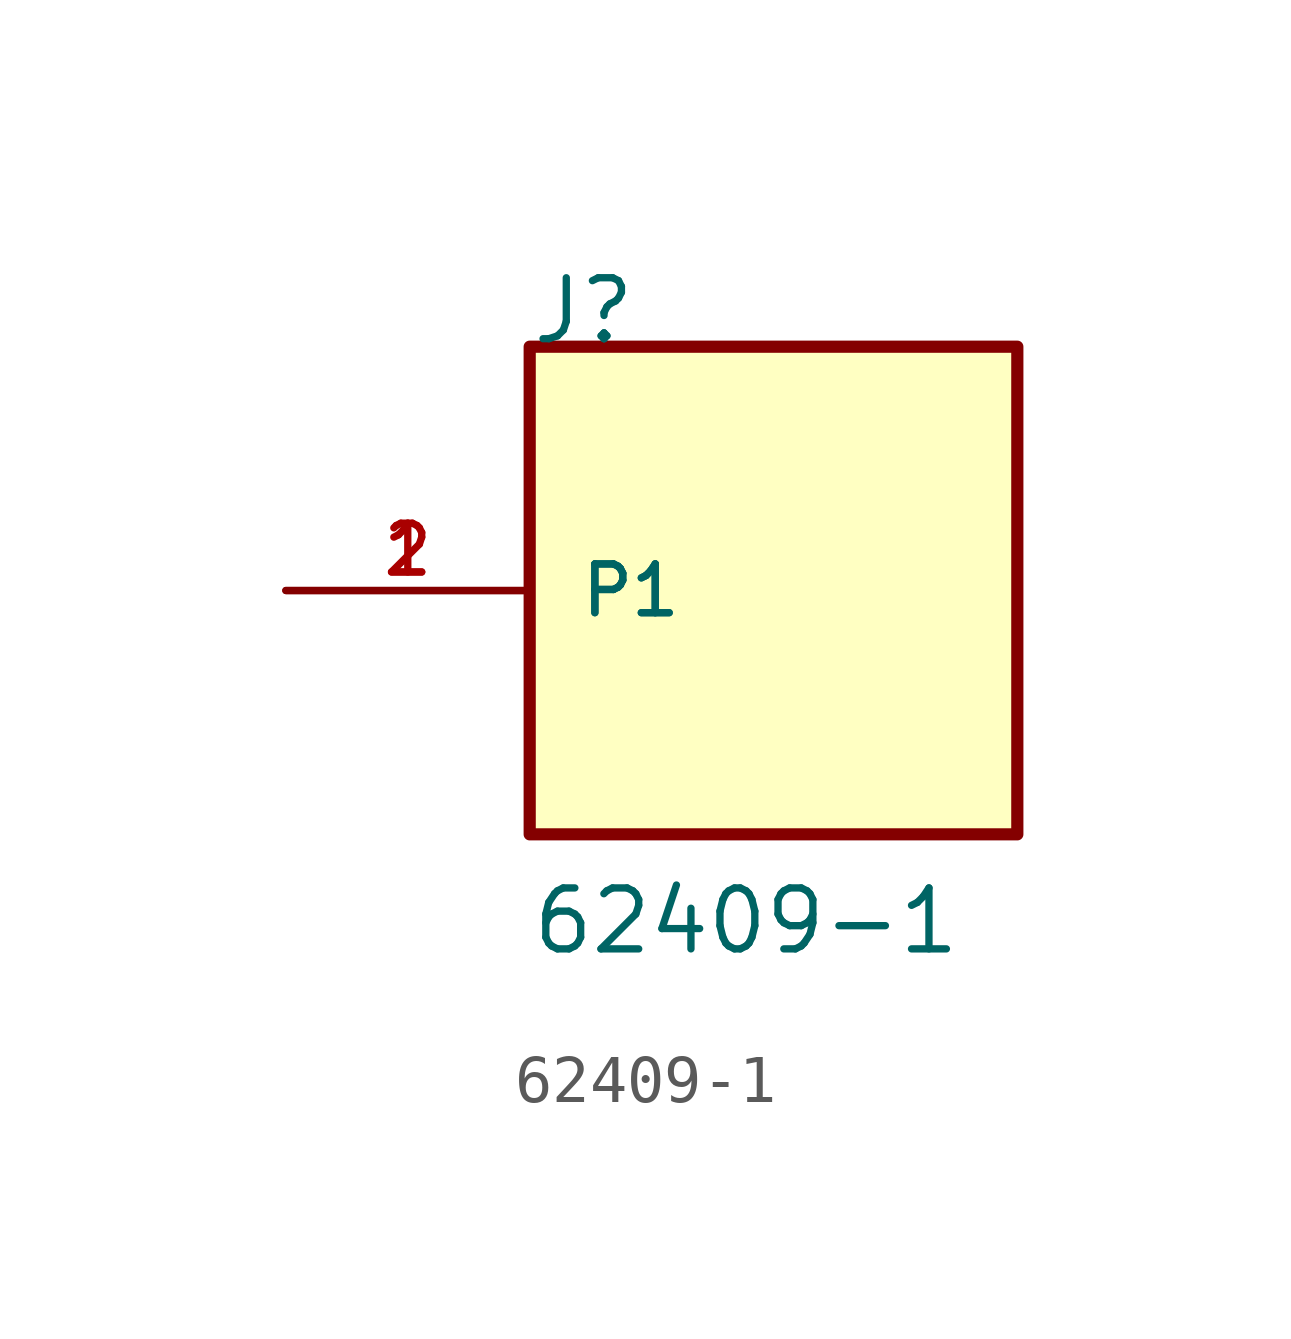
<source format=kicad_sym>
(kicad_symbol_lib
  (version 20211014)
  (generator kicad_symbol_editor)
  (symbol "62409-1"
    (pin_names
      (offset 1.016))
    (property "Reference" "J"
      (at -5.083 5.083 0)
      (effects (font (size 1.27 1.27)) (justify bottom left)))
    (property "Value" "62409-1"
      (at -5.086 -7.63 0)
      (effects (font (size 1.27 1.27)) (justify bottom left)))
    (symbol "62409-1_0_0"
      (rectangle (start -5.08 -5.08) (end 5.08 5.08) (stroke (width 0.254)) (fill (type background)))
      (pin passive line (at -10.16 0.0 0) (length 5.08) (name "P1" (effects (font (size 1.016 1.016)))) (number "1" (effects (font (size 1.016 1.016)))))
      (pin passive line (at -10.16 0.0 0) (length 5.08) (name "P1" (effects (font (size 1.016 1.016)))) (number "2" (effects (font (size 1.016 1.016))))))))
</source>
